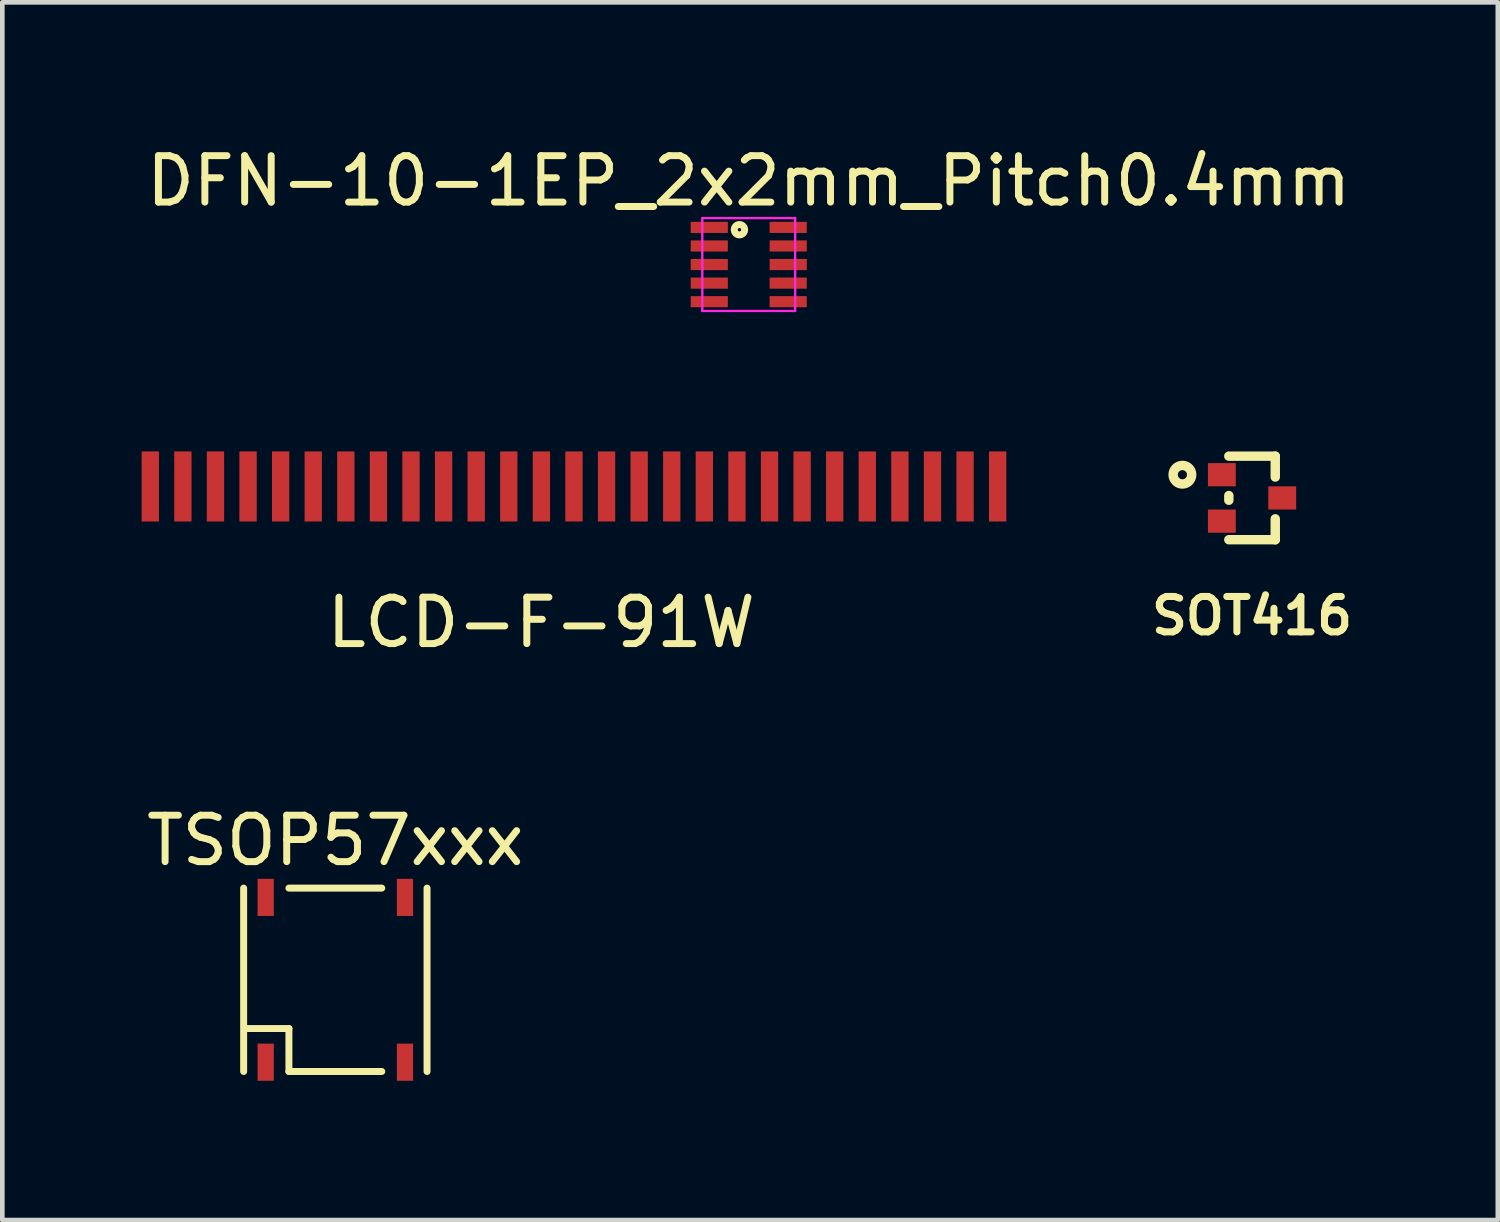
<source format=kicad_pcb>
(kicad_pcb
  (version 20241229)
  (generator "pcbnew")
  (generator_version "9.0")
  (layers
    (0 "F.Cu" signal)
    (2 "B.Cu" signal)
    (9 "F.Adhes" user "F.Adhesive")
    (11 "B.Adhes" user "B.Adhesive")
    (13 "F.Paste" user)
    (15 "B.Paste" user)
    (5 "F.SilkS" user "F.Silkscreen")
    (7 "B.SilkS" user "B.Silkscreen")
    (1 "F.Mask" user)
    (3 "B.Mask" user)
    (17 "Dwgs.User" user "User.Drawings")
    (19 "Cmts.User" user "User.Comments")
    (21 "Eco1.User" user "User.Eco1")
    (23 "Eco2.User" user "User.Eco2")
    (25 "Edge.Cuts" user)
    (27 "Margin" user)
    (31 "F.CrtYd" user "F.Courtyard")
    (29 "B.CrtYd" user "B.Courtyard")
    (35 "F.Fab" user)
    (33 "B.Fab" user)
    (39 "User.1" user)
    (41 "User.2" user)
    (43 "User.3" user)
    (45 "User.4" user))
  (footprint "TSOP57xxx"
    (layer "F.Cu")
    (at 4.173 18.054)
    (property "Reference" "TSOP57xxx" (at 0 -3 0) (layer "F.SilkS") (effects (font (size 1 1) (thickness 0.15))))
    (attr through_hole)
    (fp_line (start -1.975 1.975) (end -1.975 -1.975) (stroke (width 0.15) (type solid)) (layer "F.SilkS"))
    (fp_line (start -1.95 1.05) (end -1 1.05) (stroke (width 0.15) (type solid)) (layer "F.SilkS"))
    (fp_line (start -1 -1.975) (end 1 -1.975) (stroke (width 0.15) (type solid)) (layer "F.SilkS"))
    (fp_line (start -1 1.05) (end -1 1.975) (stroke (width 0.15) (type solid)) (layer "F.SilkS"))
    (fp_line (start 1 1.975) (end -1 1.975) (stroke (width 0.15) (type solid)) (layer "F.SilkS"))
    (fp_line (start 1.975 -1.975) (end 1.975 1.975) (stroke (width 0.15) (type solid)) (layer "F.SilkS"))
    (pad "1" smd rect (at -1.5 1.775) (size 0.35 0.8) (layers "F.Cu" "F.Mask" "F.Paste"))
    (pad "5" smd rect (at 1.5 1.775) (size 0.35 0.8) (layers "F.Cu" "F.Mask" "F.Paste"))
    (pad "6" smd rect (at -1.5 -1.775) (size 0.35 0.8) (layers "F.Cu" "F.Mask" "F.Paste"))
    (pad "6" smd rect (at 1.5 -1.775) (size 0.35 0.8) (layers "F.Cu" "F.Mask" "F.Paste")))
  (footprint "LCD-F-91W"
    (layer "F.Cu")
    (at 8.607 9.858)
    (property "Reference" "LCD-F-91W" (at 0 0.5 0) (layer "F.SilkS") (effects (font (size 1 1) (thickness 0.15))))
    (attr through_hole)
    (pad "1" smd rect (at -8.42 -2.43) (size 0.373 1.509) (layers "F.Cu" "F.Mask" "F.Paste"))
    (pad "2" smd rect (at -7.718 -2.43) (size 0.373 1.509) (layers "F.Cu" "F.Mask" "F.Paste"))
    (pad "3" smd rect (at -7.016 -2.43) (size 0.373 1.509) (layers "F.Cu" "F.Mask" "F.Paste"))
    (pad "4" smd rect (at -6.314 -2.43) (size 0.373 1.509) (layers "F.Cu" "F.Mask" "F.Paste"))
    (pad "5" smd rect (at -5.612 -2.43) (size 0.373 1.509) (layers "F.Cu" "F.Mask" "F.Paste"))
    (pad "6" smd rect (at -4.91 -2.43) (size 0.373 1.509) (layers "F.Cu" "F.Mask" "F.Paste"))
    (pad "7" smd rect (at -4.208 -2.43) (size 0.373 1.509) (layers "F.Cu" "F.Mask" "F.Paste"))
    (pad "8" smd rect (at -3.506 -2.43) (size 0.373 1.509) (layers "F.Cu" "F.Mask" "F.Paste"))
    (pad "9" smd rect (at -2.804 -2.43) (size 0.373 1.509) (layers "F.Cu" "F.Mask" "F.Paste"))
    (pad "10" smd rect (at -2.102 -2.43) (size 0.373 1.509) (layers "F.Cu" "F.Mask" "F.Paste"))
    (pad "11" smd rect (at -1.4 -2.43) (size 0.373 1.509) (layers "F.Cu" "F.Mask" "F.Paste"))
    (pad "12" smd rect (at -0.698 -2.43) (size 0.373 1.509) (layers "F.Cu" "F.Mask" "F.Paste"))
    (pad "13" smd rect (at 0.004 -2.43) (size 0.373 1.509) (layers "F.Cu" "F.Mask" "F.Paste"))
    (pad "14" smd rect (at 0.706 -2.43) (size 0.373 1.509) (layers "F.Cu" "F.Mask" "F.Paste"))
    (pad "15" smd rect (at 1.408 -2.43) (size 0.373 1.509) (layers "F.Cu" "F.Mask" "F.Paste"))
    (pad "16" smd rect (at 2.11 -2.43) (size 0.373 1.509) (layers "F.Cu" "F.Mask" "F.Paste"))
    (pad "17" smd rect (at 2.812 -2.43) (size 0.373 1.509) (layers "F.Cu" "F.Mask" "F.Paste"))
    (pad "18" smd rect (at 3.514 -2.43) (size 0.373 1.509) (layers "F.Cu" "F.Mask" "F.Paste"))
    (pad "19" smd rect (at 4.216 -2.43) (size 0.373 1.509) (layers "F.Cu" "F.Mask" "F.Paste"))
    (pad "20" smd rect (at 4.918 -2.43) (size 0.373 1.509) (layers "F.Cu" "F.Mask" "F.Paste"))
    (pad "21" smd rect (at 5.62 -2.43) (size 0.373 1.509) (layers "F.Cu" "F.Mask" "F.Paste"))
    (pad "22" smd rect (at 6.322 -2.43) (size 0.373 1.509) (layers "F.Cu" "F.Mask" "F.Paste"))
    (pad "23" smd rect (at 7.024 -2.43) (size 0.373 1.509) (layers "F.Cu" "F.Mask" "F.Paste"))
    (pad "24" smd rect (at 7.726 -2.43) (size 0.373 1.509) (layers "F.Cu" "F.Mask" "F.Paste"))
    (pad "25" smd rect (at 8.428 -2.43) (size 0.373 1.509) (layers "F.Cu" "F.Mask" "F.Paste"))
    (pad "26" smd rect (at 9.13 -2.43) (size 0.373 1.509) (layers "F.Cu" "F.Mask" "F.Paste"))
    (pad "27" smd rect (at 9.832 -2.43) (size 0.373 1.509) (layers "F.Cu" "F.Mask" "F.Paste")))
  (footprint "DFN-10-1EP_2x2mm_Pitch0.4mm"
    (layer "F.Cu")
    (at 13.077 2.648)
    (property "Reference" "DFN-10-1EP_2x2mm_Pitch0.4mm" (at 0 -1.8 0) (layer "F.SilkS") (effects (font (size 1 1) (thickness 0.15))))
    (attr smd)
    (fp_circle (center -0.2 -0.75) (end -0.1 -0.7) (stroke (width 0.15) (type solid)) (fill no) (layer "F.SilkS"))
    (fp_line (start -1 -1) (end -1 1) (stroke (width 0.05) (type solid)) (layer "F.CrtYd"))
    (fp_line (start -1 -1) (end 1 -1) (stroke (width 0.05) (type solid)) (layer "F.CrtYd"))
    (fp_line (start -1 1) (end 1 1) (stroke (width 0.05) (type solid)) (layer "F.CrtYd"))
    (fp_line (start 1 -1) (end 1 1) (stroke (width 0.05) (type solid)) (layer "F.CrtYd"))
    (pad "1" smd rect (at -0.85 -0.8) (size 0.8 0.24) (layers "F.Cu" "F.Mask" "F.Paste"))
    (pad "2" smd rect (at -0.85 -0.4) (size 0.8 0.24) (layers "F.Cu" "F.Mask" "F.Paste"))
    (pad "3" smd rect (at -0.85 0) (size 0.8 0.24) (layers "F.Cu" "F.Mask" "F.Paste"))
    (pad "4" smd rect (at -0.85 0.4) (size 0.8 0.24) (layers "F.Cu" "F.Mask" "F.Paste"))
    (pad "5" smd rect (at -0.85 0.8) (size 0.8 0.24) (layers "F.Cu" "F.Mask" "F.Paste"))
    (pad "6" smd rect (at 0.85 0.8) (size 0.8 0.24) (layers "F.Cu" "F.Mask" "F.Paste"))
    (pad "7" smd rect (at 0.85 0.4) (size 0.8 0.24) (layers "F.Cu" "F.Mask" "F.Paste"))
    (pad "8" smd rect (at 0.85 0) (size 0.8 0.24) (layers "F.Cu" "F.Mask" "F.Paste"))
    (pad "9" smd rect (at 0.85 -0.4) (size 0.8 0.24) (layers "F.Cu" "F.Mask" "F.Paste"))
    (pad "10" smd rect (at 0.85 -0.8) (size 0.8 0.24) (layers "F.Cu" "F.Mask" "F.Paste")))
  (footprint "SOT416"
    (layer "F.Cu")
    (at 23.918 7.675)
    (property "Reference" "SOT416" (at 0 2.54 0) (layer "F.SilkS") (effects (font (size 0.762 0.762) (thickness 0.152))))
    (attr smd)
    (fp_line (start -0.5 -0.9) (end 0.5 -0.9) (stroke (width 0.203) (type solid)) (layer "F.SilkS"))
    (fp_line (start -0.5 0.05) (end -0.5 -0.051) (stroke (width 0.203) (type solid)) (layer "F.SilkS"))
    (fp_line (start 0.5 -0.9) (end 0.5 -0.45) (stroke (width 0.203) (type solid)) (layer "F.SilkS"))
    (fp_line (start 0.5 0.45) (end 0.5 0.9) (stroke (width 0.203) (type solid)) (layer "F.SilkS"))
    (fp_line (start 0.5 0.9) (end -0.5 0.9) (stroke (width 0.203) (type solid)) (layer "F.SilkS"))
    (fp_circle (center -1.5 -0.5) (end -1.5 -0.7) (stroke (width 0.203) (type solid)) (fill no) (layer "F.SilkS"))
    (pad "1" smd rect (at -0.65 -0.5 270) (size 0.5 0.6) (layers "F.Cu" "F.Mask" "F.Paste"))
    (pad "2" smd rect (at -0.65 0.5 270) (size 0.5 0.6) (layers "F.Cu" "F.Mask" "F.Paste"))
    (pad "3" smd rect (at 0.65 0 270) (size 0.5 0.6) (layers "F.Cu" "F.Mask" "F.Paste")))
  (gr_rect
    (start -3 -3)
    (end 29.212 23.229)
    (stroke (width 0.1) (type default))
    (fill no)
    (layer "Edge.Cuts")))
</source>
